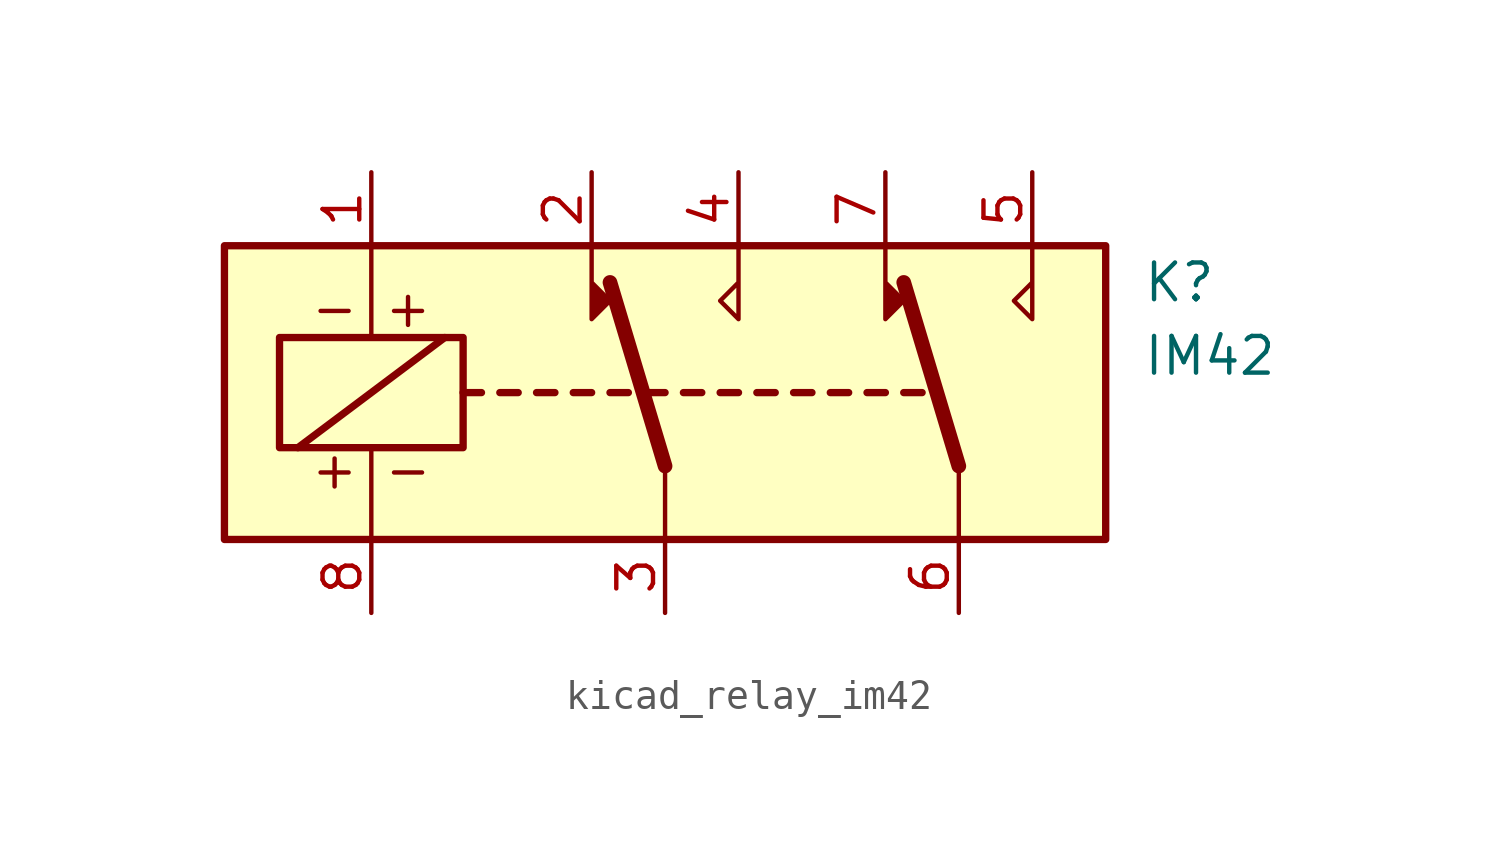
<source format=kicad_sym>
(kicad_symbol_lib
  (version 20220914)
  (generator kicad_symbol_editor)
  (symbol "kicad_relay_im42"
    (property "Reference" "K"
      (at 16.51 3.81 0)
      (effects (font (size 1.27 1.27)) (justify left)))
    (property "Value" "IM42"
      (at 16.51 1.27 0)
      (effects (font (size 1.27 1.27)) (justify left)))
    (symbol "kicad_relay_im42_0_0"
      (text "+ -" (at -10.16 -2.667 0) (effects (font (size 1.27 1.27))))
      (text "- +" (at -10.16 2.921 0) (effects (font (size 1.27 1.27)))))
    (symbol "kicad_relay_im42_0_1"
      (rectangle (start -15.24 5.08) (end 15.24 -5.08) (stroke (width 0.254) (type default)) (fill (type background)))
      (rectangle (start -13.335 1.905) (end -6.985 -1.905) (stroke (width 0.254) (type default)) (fill (type none)))
      (polyline (pts (xy -12.7 -1.905) (xy -7.62 1.905)) (stroke (width 0.254) (type default)) (fill (type none)))
      (polyline (pts (xy -10.16 -5.08) (xy -10.16 -1.905)) (stroke (width 0) (type default)) (fill (type none)))
      (polyline (pts (xy -10.16 5.08) (xy -10.16 1.905)) (stroke (width 0) (type default)) (fill (type none)))
      (polyline (pts (xy -6.985 0) (xy -6.35 0)) (stroke (width 0.254) (type default)) (fill (type none)))
      (polyline (pts (xy -5.715 0) (xy -5.08 0)) (stroke (width 0.254) (type default)) (fill (type none)))
      (polyline (pts (xy -4.445 0) (xy -3.81 0)) (stroke (width 0.254) (type default)) (fill (type none)))
      (polyline (pts (xy -3.175 0) (xy -2.54 0)) (stroke (width 0.254) (type default)) (fill (type none)))
      (polyline (pts (xy -1.905 0) (xy -1.27 0)) (stroke (width 0.254) (type default)) (fill (type none)))
      (polyline (pts (xy -0.635 0) (xy 0 0)) (stroke (width 0.254) (type default)) (fill (type none)))
      (polyline (pts (xy 0 -2.54) (xy -1.905 3.81)) (stroke (width 0.508) (type default)) (fill (type none)))
      (polyline (pts (xy 0 -2.54) (xy 0 -5.08)) (stroke (width 0) (type default)) (fill (type none)))
      (polyline (pts (xy 0.635 0) (xy 1.27 0)) (stroke (width 0.254) (type default)) (fill (type none)))
      (polyline (pts (xy 1.905 0) (xy 2.54 0)) (stroke (width 0.254) (type default)) (fill (type none)))
      (polyline (pts (xy 3.175 0) (xy 3.81 0)) (stroke (width 0.254) (type default)) (fill (type none)))
      (polyline (pts (xy 4.445 0) (xy 5.08 0)) (stroke (width 0.254) (type default)) (fill (type none)))
      (polyline (pts (xy 5.715 0) (xy 6.35 0)) (stroke (width 0.254) (type default)) (fill (type none)))
      (polyline (pts (xy 6.985 0) (xy 7.62 0)) (stroke (width 0.254) (type default)) (fill (type none)))
      (polyline (pts (xy 8.255 0) (xy 8.89 0)) (stroke (width 0.254) (type default)) (fill (type none)))
      (polyline (pts (xy 10.16 -2.54) (xy 8.255 3.81)) (stroke (width 0.508) (type default)) (fill (type none)))
      (polyline (pts (xy 10.16 -2.54) (xy 10.16 -5.08)) (stroke (width 0) (type default)) (fill (type none)))
      (polyline (pts (xy -2.54 5.08) (xy -2.54 2.54) (xy -1.905 3.175) (xy -2.54 3.81)) (stroke (width 0) (type default)) (fill (type outline)))
      (polyline (pts (xy 2.54 5.08) (xy 2.54 2.54) (xy 1.905 3.175) (xy 2.54 3.81)) (stroke (width 0) (type default)) (fill (type none)))
      (polyline (pts (xy 7.62 5.08) (xy 7.62 2.54) (xy 8.255 3.175) (xy 7.62 3.81)) (stroke (width 0) (type default)) (fill (type outline)))
      (polyline (pts (xy 12.7 5.08) (xy 12.7 2.54) (xy 12.065 3.175) (xy 12.7 3.81)) (stroke (width 0) (type default)) (fill (type none))))
    (symbol "kicad_relay_im42_1_1"
      (pin passive line (at -10.16 7.62 270) (length 2.54) (name "~" (effects (font (size 1.27 1.27)))) (number "1" (effects (font (size 1.27 1.27)))))
      (pin passive line (at -2.54 7.62 270) (length 2.54) (name "~" (effects (font (size 1.27 1.27)))) (number "2" (effects (font (size 1.27 1.27)))))
      (pin passive line (at 0 -7.62 90) (length 2.54) (name "~" (effects (font (size 1.27 1.27)))) (number "3" (effects (font (size 1.27 1.27)))))
      (pin passive line (at 2.54 7.62 270) (length 2.54) (name "~" (effects (font (size 1.27 1.27)))) (number "4" (effects (font (size 1.27 1.27)))))
      (pin passive line (at 12.7 7.62 270) (length 2.54) (name "~" (effects (font (size 1.27 1.27)))) (number "5" (effects (font (size 1.27 1.27)))))
      (pin passive line (at 10.16 -7.62 90) (length 2.54) (name "~" (effects (font (size 1.27 1.27)))) (number "6" (effects (font (size 1.27 1.27)))))
      (pin passive line (at 7.62 7.62 270) (length 2.54) (name "~" (effects (font (size 1.27 1.27)))) (number "7" (effects (font (size 1.27 1.27)))))
      (pin passive line (at -10.16 -7.62 90) (length 2.54) (name "~" (effects (font (size 1.27 1.27)))) (number "8" (effects (font (size 1.27 1.27))))))))
</source>
